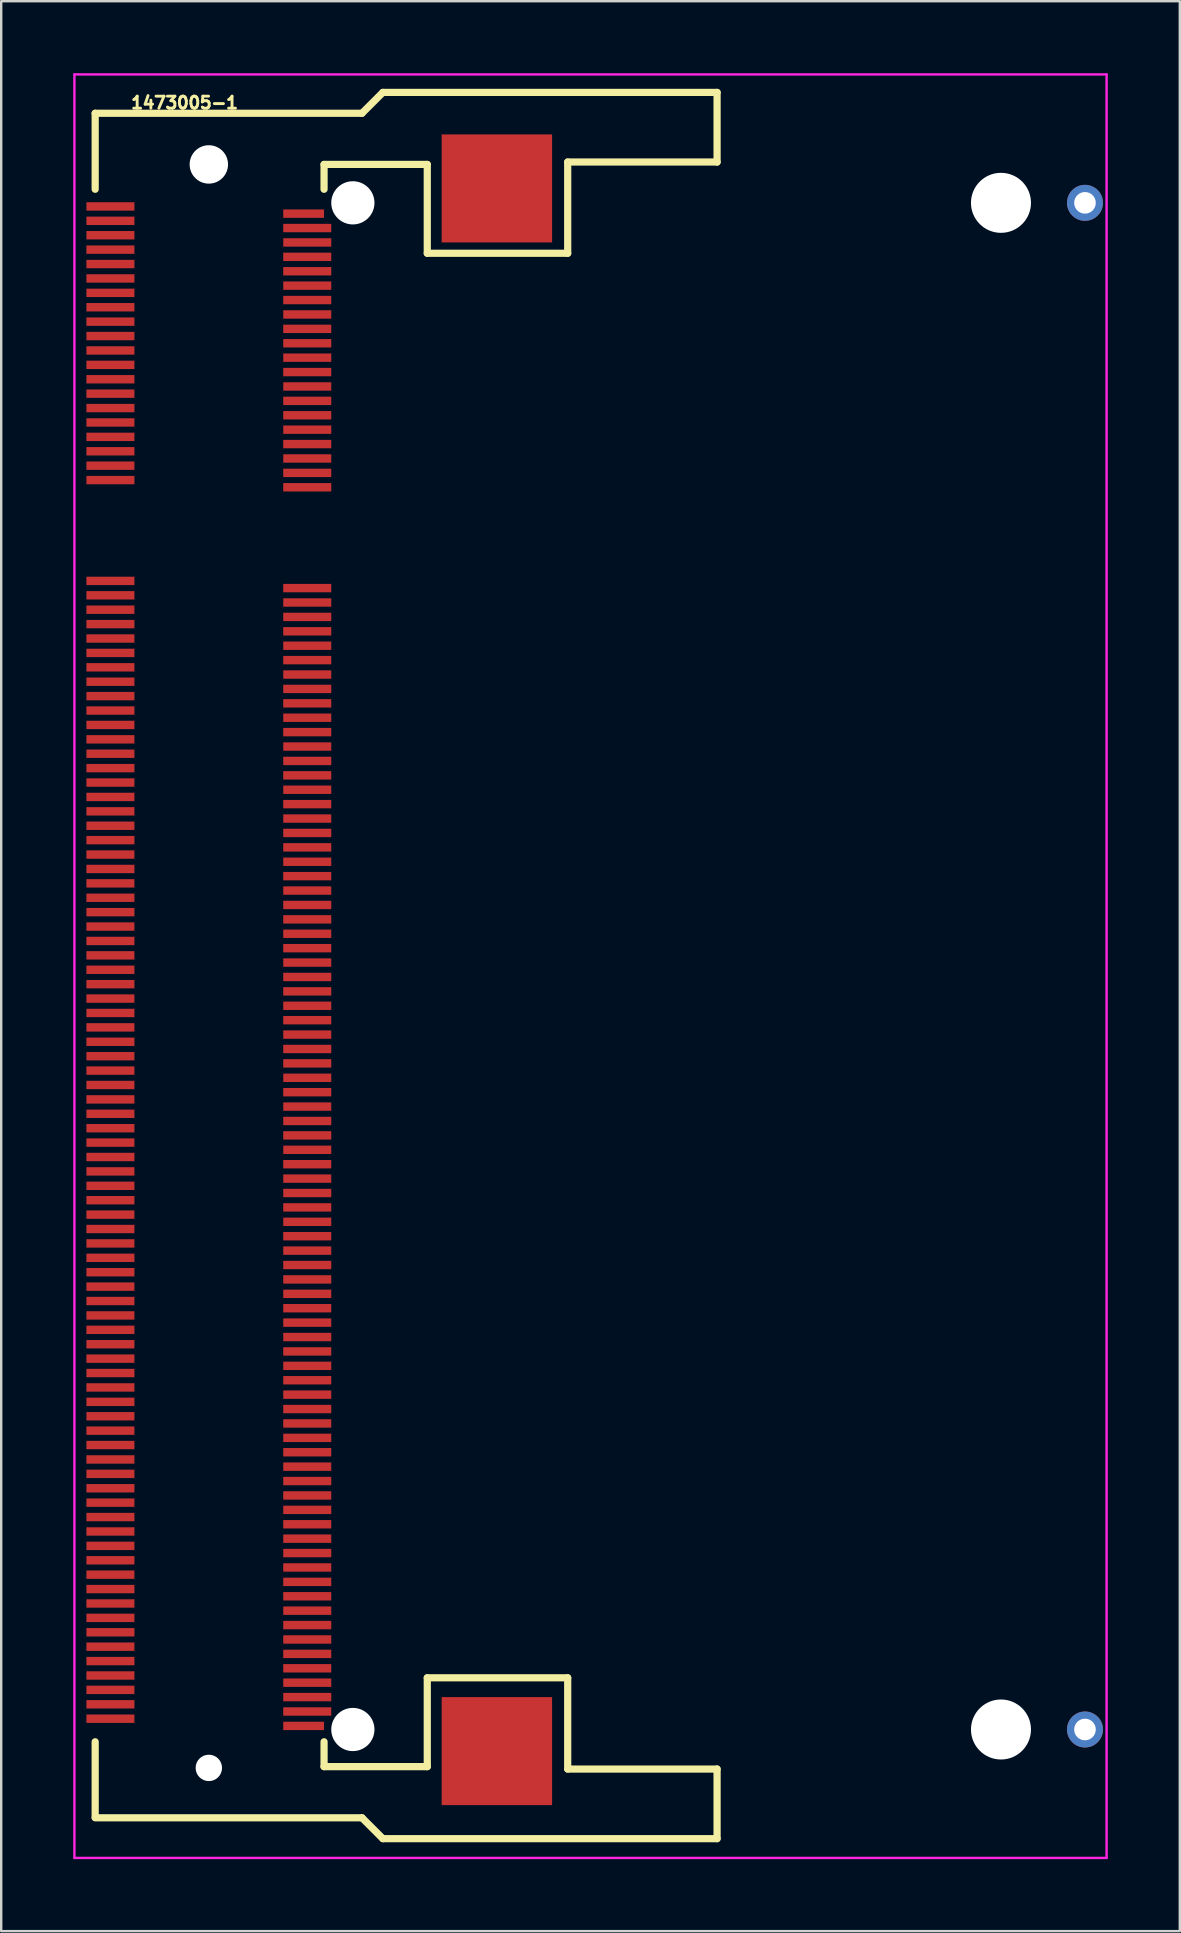
<source format=kicad_pcb>
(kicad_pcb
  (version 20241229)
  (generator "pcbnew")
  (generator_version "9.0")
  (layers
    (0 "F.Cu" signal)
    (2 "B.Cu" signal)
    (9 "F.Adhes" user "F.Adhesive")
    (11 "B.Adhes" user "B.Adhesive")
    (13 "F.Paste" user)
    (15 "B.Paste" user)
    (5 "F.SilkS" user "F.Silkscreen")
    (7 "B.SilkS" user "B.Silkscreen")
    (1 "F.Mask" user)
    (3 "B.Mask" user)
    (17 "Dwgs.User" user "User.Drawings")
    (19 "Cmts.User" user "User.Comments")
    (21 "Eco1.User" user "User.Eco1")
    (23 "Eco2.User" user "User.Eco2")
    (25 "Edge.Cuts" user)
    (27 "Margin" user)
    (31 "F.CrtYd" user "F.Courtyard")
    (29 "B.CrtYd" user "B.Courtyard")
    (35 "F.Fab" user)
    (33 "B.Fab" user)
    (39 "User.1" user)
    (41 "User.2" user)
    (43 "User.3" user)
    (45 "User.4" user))
  (footprint "1473005-1"
    (layer "F.Cu")
    (at 1.55 5.55)
    (property "Reference" "1473005-1" (at 3.09 -4.319 0) (layer "F.SilkS") (effects (font (size 0.5 0.5) (thickness 0.12))))
    (attr through_hole)
    (fp_line (start -0.635 -0.715) (end -0.635 -3.881) (stroke (width 0.3) (type solid)) (layer "F.SilkS"))
    (fp_line (start -0.635 63.962) (end -0.635 67.1) (stroke (width 0.3) (type solid)) (layer "F.SilkS"))
    (fp_line (start 8.9 -0.715) (end 8.9 -1.75) (stroke (width 0.3) (type solid)) (layer "F.SilkS"))
    (fp_line (start 8.9 63.962) (end 8.9 64.997) (stroke (width 0.3) (type solid)) (layer "F.SilkS"))
    (fp_line (start 10.48 -3.881) (end -0.635 -3.881) (stroke (width 0.3) (type solid)) (layer "F.SilkS"))
    (fp_line (start 10.48 -3.881) (end 11.349 -4.75) (stroke (width 0.3) (type solid)) (layer "F.SilkS"))
    (fp_line (start 10.48 67.128) (end -0.635 67.128) (stroke (width 0.3) (type solid)) (layer "F.SilkS"))
    (fp_line (start 10.48 67.128) (end 11.349 67.997) (stroke (width 0.3) (type solid)) (layer "F.SilkS"))
    (fp_line (start 11.35 -4.75) (end 25.273 -4.75) (stroke (width 0.3) (type solid)) (layer "F.SilkS"))
    (fp_line (start 11.35 67.997) (end 25.273 67.997) (stroke (width 0.3) (type solid)) (layer "F.SilkS"))
    (fp_line (start 13.2 -1.75) (end 8.9 -1.75) (stroke (width 0.3) (type solid)) (layer "F.SilkS"))
    (fp_line (start 13.2 -1.75) (end 13.2 1.951) (stroke (width 0.3) (type solid)) (layer "F.SilkS"))
    (fp_line (start 13.2 1.951) (end 19.05 1.951) (stroke (width 0.3) (type solid)) (layer "F.SilkS"))
    (fp_line (start 13.2 61.296) (end 19.05 61.296) (stroke (width 0.3) (type solid)) (layer "F.SilkS"))
    (fp_line (start 13.2 64.997) (end 8.9 64.997) (stroke (width 0.3) (type solid)) (layer "F.SilkS"))
    (fp_line (start 13.2 64.997) (end 13.2 61.296) (stroke (width 0.3) (type solid)) (layer "F.SilkS"))
    (fp_line (start 19.05 -1.85) (end 19.05 1.951) (stroke (width 0.3) (type solid)) (layer "F.SilkS"))
    (fp_line (start 19.05 -1.85) (end 25.273 -1.85) (stroke (width 0.3) (type solid)) (layer "F.SilkS"))
    (fp_line (start 19.05 65.097) (end 19.05 61.296) (stroke (width 0.3) (type solid)) (layer "F.SilkS"))
    (fp_line (start 19.05 65.097) (end 25.273 65.097) (stroke (width 0.3) (type solid)) (layer "F.SilkS"))
    (fp_line (start 25.273 -4.75) (end 25.273 -1.85) (stroke (width 0.3) (type solid)) (layer "F.SilkS"))
    (fp_line (start 25.273 67.997) (end 25.273 65.097) (stroke (width 0.3) (type solid)) (layer "F.SilkS"))
    (fp_line (start -1.5 -5.5) (end 41.5 -5.5) (stroke (width 0.1) (type solid)) (layer "F.CrtYd"))
    (fp_line (start -1.5 68.8) (end -1.5 -5.5) (stroke (width 0.1) (type solid)) (layer "F.CrtYd"))
    (fp_line (start -1.5 68.8) (end 41.5 68.8) (stroke (width 0.1) (type solid)) (layer "F.CrtYd"))
    (fp_line (start 41.5 68.8) (end 41.5 -5.5) (stroke (width 0.1) (type solid)) (layer "F.CrtYd"))
    (pad "" np_thru_hole circle (at 4.1 -1.75) (size 1.6 1.6) (drill 1.6) (layers "*.Cu" "*.Mask"))
    (pad "" np_thru_hole circle (at 4.1 65.05) (size 1.1 1.1) (drill 1.1) (layers "*.Cu" "*.Mask"))
    (pad "" np_thru_hole circle (at 10.1 -0.15) (size 1.8 1.8) (drill 1.8) (layers "*.Cu" "*.Mask"))
    (pad "" np_thru_hole circle (at 10.1 63.45) (size 1.8 1.8) (drill 1.8) (layers "*.Cu" "*.Mask"))
    (pad "" smd rect (at 16.1 -0.75) (size 4.6 4.5) (layers "F.Cu" "F.Mask" "F.Paste"))
    (pad "" smd rect (at 16.1 64.35) (size 4.6 4.5) (layers "F.Cu" "F.Mask" "F.Paste"))
    (pad "" np_thru_hole circle (at 37.1 -0.15) (size 2.5 2.5) (drill 2.5) (layers "*.Cu" "*.Mask"))
    (pad "" np_thru_hole circle (at 37.1 63.45) (size 2.5 2.5) (drill 2.5) (layers "*.Cu" "*.Mask"))
    (pad "" thru_hole circle (at 40.6 -0.15) (size 1.5 1.5) (drill 0.9) (layers "*.Cu" "*.Mask"))
    (pad "" thru_hole circle (at 40.6 63.45) (size 1.5 1.5) (drill 0.9) (layers "*.Cu" "*.Mask"))
    (pad "1" smd rect (at 0 0) (size 2 0.35) (layers "F.Cu" "F.Mask" "F.Paste"))
    (pad "2" smd rect (at 8.05 0.3) (size 1.7 0.35) (layers "F.Cu" "F.Mask" "F.Paste"))
    (pad "3" smd rect (at 0 0.6) (size 2 0.35) (layers "F.Cu" "F.Mask" "F.Paste"))
    (pad "4" smd rect (at 8.2 0.9) (size 2 0.35) (layers "F.Cu" "F.Mask" "F.Paste"))
    (pad "5" smd rect (at 0 1.2) (size 2 0.35) (layers "F.Cu" "F.Mask" "F.Paste"))
    (pad "6" smd rect (at 8.2 1.5) (size 2 0.35) (layers "F.Cu" "F.Mask" "F.Paste"))
    (pad "7" smd rect (at 0 1.8) (size 2 0.35) (layers "F.Cu" "F.Mask" "F.Paste"))
    (pad "8" smd rect (at 8.2 2.1) (size 2 0.35) (layers "F.Cu" "F.Mask" "F.Paste"))
    (pad "9" smd rect (at 0 2.4) (size 2 0.35) (layers "F.Cu" "F.Mask" "F.Paste"))
    (pad "10" smd rect (at 8.2 2.7) (size 2 0.35) (layers "F.Cu" "F.Mask" "F.Paste"))
    (pad "11" smd rect (at 0 3) (size 2 0.35) (layers "F.Cu" "F.Mask" "F.Paste"))
    (pad "12" smd rect (at 8.2 3.3) (size 2 0.35) (layers "F.Cu" "F.Mask" "F.Paste"))
    (pad "13" smd rect (at 0 3.6) (size 2 0.35) (layers "F.Cu" "F.Mask" "F.Paste"))
    (pad "14" smd rect (at 8.2 3.9) (size 2 0.35) (layers "F.Cu" "F.Mask" "F.Paste"))
    (pad "15" smd rect (at 0 4.2) (size 2 0.35) (layers "F.Cu" "F.Mask" "F.Paste"))
    (pad "16" smd rect (at 8.2 4.5) (size 2 0.35) (layers "F.Cu" "F.Mask" "F.Paste"))
    (pad "17" smd rect (at 0 4.8) (size 2 0.35) (layers "F.Cu" "F.Mask" "F.Paste"))
    (pad "18" smd rect (at 8.2 5.1) (size 2 0.35) (layers "F.Cu" "F.Mask" "F.Paste"))
    (pad "19" smd rect (at 0 5.4) (size 2 0.35) (layers "F.Cu" "F.Mask" "F.Paste"))
    (pad "20" smd rect (at 8.2 5.7) (size 2 0.35) (layers "F.Cu" "F.Mask" "F.Paste"))
    (pad "21" smd rect (at 0 6) (size 2 0.35) (layers "F.Cu" "F.Mask" "F.Paste"))
    (pad "22" smd rect (at 8.2 6.3) (size 2 0.35) (layers "F.Cu" "F.Mask" "F.Paste"))
    (pad "23" smd rect (at 0 6.6) (size 2 0.35) (layers "F.Cu" "F.Mask" "F.Paste"))
    (pad "24" smd rect (at 8.2 6.9) (size 2 0.35) (layers "F.Cu" "F.Mask" "F.Paste"))
    (pad "25" smd rect (at 0 7.2) (size 2 0.35) (layers "F.Cu" "F.Mask" "F.Paste"))
    (pad "26" smd rect (at 8.2 7.5) (size 2 0.35) (layers "F.Cu" "F.Mask" "F.Paste"))
    (pad "27" smd rect (at 0 7.8) (size 2 0.35) (layers "F.Cu" "F.Mask" "F.Paste"))
    (pad "28" smd rect (at 8.2 8.1) (size 2 0.35) (layers "F.Cu" "F.Mask" "F.Paste"))
    (pad "29" smd rect (at 0 8.4) (size 2 0.35) (layers "F.Cu" "F.Mask" "F.Paste"))
    (pad "30" smd rect (at 8.2 8.7) (size 2 0.35) (layers "F.Cu" "F.Mask" "F.Paste"))
    (pad "31" smd rect (at 0 9) (size 2 0.35) (layers "F.Cu" "F.Mask" "F.Paste"))
    (pad "32" smd rect (at 8.2 9.3) (size 2 0.35) (layers "F.Cu" "F.Mask" "F.Paste"))
    (pad "33" smd rect (at 0 9.6) (size 2 0.35) (layers "F.Cu" "F.Mask" "F.Paste"))
    (pad "34" smd rect (at 8.2 9.9) (size 2 0.35) (layers "F.Cu" "F.Mask" "F.Paste"))
    (pad "35" smd rect (at 0 10.2) (size 2 0.35) (layers "F.Cu" "F.Mask" "F.Paste"))
    (pad "36" smd rect (at 8.2 10.5) (size 2 0.35) (layers "F.Cu" "F.Mask" "F.Paste"))
    (pad "37" smd rect (at 0 10.8) (size 2 0.35) (layers "F.Cu" "F.Mask" "F.Paste"))
    (pad "38" smd rect (at 8.2 11.1) (size 2 0.35) (layers "F.Cu" "F.Mask" "F.Paste"))
    (pad "39" smd rect (at 0 11.4) (size 2 0.35) (layers "F.Cu" "F.Mask" "F.Paste"))
    (pad "40" smd rect (at 8.2 11.7) (size 2 0.35) (layers "F.Cu" "F.Mask" "F.Paste"))
    (pad "41" smd rect (at 0 15.6) (size 2 0.35) (layers "F.Cu" "F.Mask" "F.Paste"))
    (pad "42" smd rect (at 8.2 15.9) (size 2 0.35) (layers "F.Cu" "F.Mask" "F.Paste"))
    (pad "43" smd rect (at 0 16.2) (size 2 0.35) (layers "F.Cu" "F.Mask" "F.Paste"))
    (pad "44" smd rect (at 8.2 16.5) (size 2 0.35) (layers "F.Cu" "F.Mask" "F.Paste"))
    (pad "45" smd rect (at 0 16.8) (size 2 0.35) (layers "F.Cu" "F.Mask" "F.Paste"))
    (pad "46" smd rect (at 8.2 17.1) (size 2 0.35) (layers "F.Cu" "F.Mask" "F.Paste"))
    (pad "47" smd rect (at 0 17.4) (size 2 0.35) (layers "F.Cu" "F.Mask" "F.Paste"))
    (pad "48" smd rect (at 8.2 17.7) (size 2 0.35) (layers "F.Cu" "F.Mask" "F.Paste"))
    (pad "49" smd rect (at 0 18) (size 2 0.35) (layers "F.Cu" "F.Mask" "F.Paste"))
    (pad "50" smd rect (at 8.2 18.3) (size 2 0.35) (layers "F.Cu" "F.Mask" "F.Paste"))
    (pad "51" smd rect (at 0 18.6) (size 2 0.35) (layers "F.Cu" "F.Mask" "F.Paste"))
    (pad "52" smd rect (at 8.2 18.9) (size 2 0.35) (layers "F.Cu" "F.Mask" "F.Paste"))
    (pad "53" smd rect (at 0 19.2) (size 2 0.35) (layers "F.Cu" "F.Mask" "F.Paste"))
    (pad "54" smd rect (at 8.2 19.5) (size 2 0.35) (layers "F.Cu" "F.Mask" "F.Paste"))
    (pad "55" smd rect (at 0 19.8) (size 2 0.35) (layers "F.Cu" "F.Mask" "F.Paste"))
    (pad "56" smd rect (at 8.2 20.1) (size 2 0.35) (layers "F.Cu" "F.Mask" "F.Paste"))
    (pad "57" smd rect (at 0 20.4) (size 2 0.35) (layers "F.Cu" "F.Mask" "F.Paste"))
    (pad "58" smd rect (at 8.2 20.7) (size 2 0.35) (layers "F.Cu" "F.Mask" "F.Paste"))
    (pad "59" smd rect (at 0 21) (size 2 0.35) (layers "F.Cu" "F.Mask" "F.Paste"))
    (pad "60" smd rect (at 8.2 21.3) (size 2 0.35) (layers "F.Cu" "F.Mask" "F.Paste"))
    (pad "61" smd rect (at 0 21.6) (size 2 0.35) (layers "F.Cu" "F.Mask" "F.Paste"))
    (pad "62" smd rect (at 8.2 21.9) (size 2 0.35) (layers "F.Cu" "F.Mask" "F.Paste"))
    (pad "63" smd rect (at 0 22.2) (size 2 0.35) (layers "F.Cu" "F.Mask" "F.Paste"))
    (pad "64" smd rect (at 8.2 22.5) (size 2 0.35) (layers "F.Cu" "F.Mask" "F.Paste"))
    (pad "65" smd rect (at 0 22.8) (size 2 0.35) (layers "F.Cu" "F.Mask" "F.Paste"))
    (pad "66" smd rect (at 8.2 23.1) (size 2 0.35) (layers "F.Cu" "F.Mask" "F.Paste"))
    (pad "67" smd rect (at 0 23.4) (size 2 0.35) (layers "F.Cu" "F.Mask" "F.Paste"))
    (pad "68" smd rect (at 8.2 23.7) (size 2 0.35) (layers "F.Cu" "F.Mask" "F.Paste"))
    (pad "69" smd rect (at 0 24) (size 2 0.35) (layers "F.Cu" "F.Mask" "F.Paste"))
    (pad "70" smd rect (at 8.2 24.3) (size 2 0.35) (layers "F.Cu" "F.Mask" "F.Paste"))
    (pad "71" smd rect (at 0 24.6) (size 2 0.35) (layers "F.Cu" "F.Mask" "F.Paste"))
    (pad "72" smd rect (at 8.2 24.9) (size 2 0.35) (layers "F.Cu" "F.Mask" "F.Paste"))
    (pad "73" smd rect (at 0 25.2) (size 2 0.35) (layers "F.Cu" "F.Mask" "F.Paste"))
    (pad "74" smd rect (at 8.2 25.5) (size 2 0.35) (layers "F.Cu" "F.Mask" "F.Paste"))
    (pad "75" smd rect (at 0 25.8) (size 2 0.35) (layers "F.Cu" "F.Mask" "F.Paste"))
    (pad "76" smd rect (at 8.2 26.1) (size 2 0.35) (layers "F.Cu" "F.Mask" "F.Paste"))
    (pad "77" smd rect (at 0 26.4) (size 2 0.35) (layers "F.Cu" "F.Mask" "F.Paste"))
    (pad "78" smd rect (at 8.2 26.7) (size 2 0.35) (layers "F.Cu" "F.Mask" "F.Paste"))
    (pad "79" smd rect (at 0 27) (size 2 0.35) (layers "F.Cu" "F.Mask" "F.Paste"))
    (pad "80" smd rect (at 8.2 27.3) (size 2 0.35) (layers "F.Cu" "F.Mask" "F.Paste"))
    (pad "81" smd rect (at 0 27.6) (size 2 0.35) (layers "F.Cu" "F.Mask" "F.Paste"))
    (pad "82" smd rect (at 8.2 27.9) (size 2 0.35) (layers "F.Cu" "F.Mask" "F.Paste"))
    (pad "83" smd rect (at 0 28.2) (size 2 0.35) (layers "F.Cu" "F.Mask" "F.Paste"))
    (pad "84" smd rect (at 8.2 28.5) (size 2 0.35) (layers "F.Cu" "F.Mask" "F.Paste"))
    (pad "85" smd rect (at 0 28.8) (size 2 0.35) (layers "F.Cu" "F.Mask" "F.Paste"))
    (pad "86" smd rect (at 8.2 29.1) (size 2 0.35) (layers "F.Cu" "F.Mask" "F.Paste"))
    (pad "87" smd rect (at 0 29.4) (size 2 0.35) (layers "F.Cu" "F.Mask" "F.Paste"))
    (pad "88" smd rect (at 8.2 29.7) (size 2 0.35) (layers "F.Cu" "F.Mask" "F.Paste"))
    (pad "89" smd rect (at 0 30) (size 2 0.35) (layers "F.Cu" "F.Mask" "F.Paste"))
    (pad "90" smd rect (at 8.2 30.3) (size 2 0.35) (layers "F.Cu" "F.Mask" "F.Paste"))
    (pad "91" smd rect (at 0 30.6) (size 2 0.35) (layers "F.Cu" "F.Mask" "F.Paste"))
    (pad "92" smd rect (at 8.2 30.9) (size 2 0.35) (layers "F.Cu" "F.Mask" "F.Paste"))
    (pad "93" smd rect (at 0 31.2) (size 2 0.35) (layers "F.Cu" "F.Mask" "F.Paste"))
    (pad "94" smd rect (at 8.2 31.5) (size 2 0.35) (layers "F.Cu" "F.Mask" "F.Paste"))
    (pad "95" smd rect (at 0 31.8) (size 2 0.35) (layers "F.Cu" "F.Mask" "F.Paste"))
    (pad "96" smd rect (at 8.2 32.1) (size 2 0.35) (layers "F.Cu" "F.Mask" "F.Paste"))
    (pad "97" smd rect (at 0 32.4) (size 2 0.35) (layers "F.Cu" "F.Mask" "F.Paste"))
    (pad "98" smd rect (at 8.2 32.7) (size 2 0.35) (layers "F.Cu" "F.Mask" "F.Paste"))
    (pad "99" smd rect (at 0 33) (size 2 0.35) (layers "F.Cu" "F.Mask" "F.Paste"))
    (pad "100" smd rect (at 8.2 33.3) (size 2 0.35) (layers "F.Cu" "F.Mask" "F.Paste"))
    (pad "101" smd rect (at 0 33.6) (size 2 0.35) (layers "F.Cu" "F.Mask" "F.Paste"))
    (pad "102" smd rect (at 8.2 33.9) (size 2 0.35) (layers "F.Cu" "F.Mask" "F.Paste"))
    (pad "103" smd rect (at 0 34.2) (size 2 0.35) (layers "F.Cu" "F.Mask" "F.Paste"))
    (pad "104" smd rect (at 8.2 34.5) (size 2 0.35) (layers "F.Cu" "F.Mask" "F.Paste"))
    (pad "105" smd rect (at 0 34.8) (size 2 0.35) (layers "F.Cu" "F.Mask" "F.Paste"))
    (pad "106" smd rect (at 8.2 35.1) (size 2 0.35) (layers "F.Cu" "F.Mask" "F.Paste"))
    (pad "107" smd rect (at 0 35.4) (size 2 0.35) (layers "F.Cu" "F.Mask" "F.Paste"))
    (pad "108" smd rect (at 8.2 35.7) (size 2 0.35) (layers "F.Cu" "F.Mask" "F.Paste"))
    (pad "109" smd rect (at 0 36) (size 2 0.35) (layers "F.Cu" "F.Mask" "F.Paste"))
    (pad "110" smd rect (at 8.2 36.3) (size 2 0.35) (layers "F.Cu" "F.Mask" "F.Paste"))
    (pad "111" smd rect (at 0 36.6) (size 2 0.35) (layers "F.Cu" "F.Mask" "F.Paste"))
    (pad "112" smd rect (at 8.2 36.9) (size 2 0.35) (layers "F.Cu" "F.Mask" "F.Paste"))
    (pad "113" smd rect (at 0 37.2) (size 2 0.35) (layers "F.Cu" "F.Mask" "F.Paste"))
    (pad "114" smd rect (at 8.2 37.5) (size 2 0.35) (layers "F.Cu" "F.Mask" "F.Paste"))
    (pad "115" smd rect (at 0 37.8) (size 2 0.35) (layers "F.Cu" "F.Mask" "F.Paste"))
    (pad "116" smd rect (at 8.2 38.1) (size 2 0.35) (layers "F.Cu" "F.Mask" "F.Paste"))
    (pad "117" smd rect (at 0 38.4) (size 2 0.35) (layers "F.Cu" "F.Mask" "F.Paste"))
    (pad "118" smd rect (at 8.2 38.7) (size 2 0.35) (layers "F.Cu" "F.Mask" "F.Paste"))
    (pad "119" smd rect (at 0 39) (size 2 0.35) (layers "F.Cu" "F.Mask" "F.Paste"))
    (pad "120" smd rect (at 8.2 39.3) (size 2 0.35) (layers "F.Cu" "F.Mask" "F.Paste"))
    (pad "121" smd rect (at 0 39.6) (size 2 0.35) (layers "F.Cu" "F.Mask" "F.Paste"))
    (pad "122" smd rect (at 8.2 39.9) (size 2 0.35) (layers "F.Cu" "F.Mask" "F.Paste"))
    (pad "123" smd rect (at 0 40.2) (size 2 0.35) (layers "F.Cu" "F.Mask" "F.Paste"))
    (pad "124" smd rect (at 8.2 40.5) (size 2 0.35) (layers "F.Cu" "F.Mask" "F.Paste"))
    (pad "125" smd rect (at 0 40.8) (size 2 0.35) (layers "F.Cu" "F.Mask" "F.Paste"))
    (pad "126" smd rect (at 8.2 41.1) (size 2 0.35) (layers "F.Cu" "F.Mask" "F.Paste"))
    (pad "127" smd rect (at 0 41.4) (size 2 0.35) (layers "F.Cu" "F.Mask" "F.Paste"))
    (pad "128" smd rect (at 8.2 41.7) (size 2 0.35) (layers "F.Cu" "F.Mask" "F.Paste"))
    (pad "129" smd rect (at 0 42) (size 2 0.35) (layers "F.Cu" "F.Mask" "F.Paste"))
    (pad "130" smd rect (at 8.2 42.3) (size 2 0.35) (layers "F.Cu" "F.Mask" "F.Paste"))
    (pad "131" smd rect (at 0 42.6) (size 2 0.35) (layers "F.Cu" "F.Mask" "F.Paste"))
    (pad "132" smd rect (at 8.2 42.9) (size 2 0.35) (layers "F.Cu" "F.Mask" "F.Paste"))
    (pad "133" smd rect (at 0 43.2) (size 2 0.35) (layers "F.Cu" "F.Mask" "F.Paste"))
    (pad "134" smd rect (at 8.2 43.5) (size 2 0.35) (layers "F.Cu" "F.Mask" "F.Paste"))
    (pad "135" smd rect (at 0 43.8) (size 2 0.35) (layers "F.Cu" "F.Mask" "F.Paste"))
    (pad "136" smd rect (at 8.2 44.1) (size 2 0.35) (layers "F.Cu" "F.Mask" "F.Paste"))
    (pad "137" smd rect (at 0 44.4) (size 2 0.35) (layers "F.Cu" "F.Mask" "F.Paste"))
    (pad "138" smd rect (at 8.2 44.7) (size 2 0.35) (layers "F.Cu" "F.Mask" "F.Paste"))
    (pad "139" smd rect (at 0 45) (size 2 0.35) (layers "F.Cu" "F.Mask" "F.Paste"))
    (pad "140" smd rect (at 8.2 45.3) (size 2 0.35) (layers "F.Cu" "F.Mask" "F.Paste"))
    (pad "141" smd rect (at 0 45.6) (size 2 0.35) (layers "F.Cu" "F.Mask" "F.Paste"))
    (pad "142" smd rect (at 8.2 45.9) (size 2 0.35) (layers "F.Cu" "F.Mask" "F.Paste"))
    (pad "143" smd rect (at 0 46.2) (size 2 0.35) (layers "F.Cu" "F.Mask" "F.Paste"))
    (pad "144" smd rect (at 8.2 46.5) (size 2 0.35) (layers "F.Cu" "F.Mask" "F.Paste"))
    (pad "145" smd rect (at 0 46.8) (size 2 0.35) (layers "F.Cu" "F.Mask" "F.Paste"))
    (pad "146" smd rect (at 8.2 47.1) (size 2 0.35) (layers "F.Cu" "F.Mask" "F.Paste"))
    (pad "147" smd rect (at 0 47.4) (size 2 0.35) (layers "F.Cu" "F.Mask" "F.Paste"))
    (pad "148" smd rect (at 8.2 47.7) (size 2 0.35) (layers "F.Cu" "F.Mask" "F.Paste"))
    (pad "149" smd rect (at 0 48) (size 2 0.35) (layers "F.Cu" "F.Mask" "F.Paste"))
    (pad "150" smd rect (at 8.2 48.3) (size 2 0.35) (layers "F.Cu" "F.Mask" "F.Paste"))
    (pad "151" smd rect (at 0 48.6) (size 2 0.35) (layers "F.Cu" "F.Mask" "F.Paste"))
    (pad "152" smd rect (at 8.2 48.9) (size 2 0.35) (layers "F.Cu" "F.Mask" "F.Paste"))
    (pad "153" smd rect (at 0 49.2) (size 2 0.35) (layers "F.Cu" "F.Mask" "F.Paste"))
    (pad "154" smd rect (at 8.2 49.5) (size 2 0.35) (layers "F.Cu" "F.Mask" "F.Paste"))
    (pad "155" smd rect (at 0 49.8) (size 2 0.35) (layers "F.Cu" "F.Mask" "F.Paste"))
    (pad "156" smd rect (at 8.2 50.1) (size 2 0.35) (layers "F.Cu" "F.Mask" "F.Paste"))
    (pad "157" smd rect (at 0 50.4) (size 2 0.35) (layers "F.Cu" "F.Mask" "F.Paste"))
    (pad "158" smd rect (at 8.2 50.7) (size 2 0.35) (layers "F.Cu" "F.Mask" "F.Paste"))
    (pad "159" smd rect (at 0 51) (size 2 0.35) (layers "F.Cu" "F.Mask" "F.Paste"))
    (pad "160" smd rect (at 8.2 51.3) (size 2 0.35) (layers "F.Cu" "F.Mask" "F.Paste"))
    (pad "161" smd rect (at 0 51.6) (size 2 0.35) (layers "F.Cu" "F.Mask" "F.Paste"))
    (pad "162" smd rect (at 8.2 51.9) (size 2 0.35) (layers "F.Cu" "F.Mask" "F.Paste"))
    (pad "163" smd rect (at 0 52.2) (size 2 0.35) (layers "F.Cu" "F.Mask" "F.Paste"))
    (pad "164" smd rect (at 8.2 52.5) (size 2 0.35) (layers "F.Cu" "F.Mask" "F.Paste"))
    (pad "165" smd rect (at 0 52.8) (size 2 0.35) (layers "F.Cu" "F.Mask" "F.Paste"))
    (pad "166" smd rect (at 8.2 53.1) (size 2 0.35) (layers "F.Cu" "F.Mask" "F.Paste"))
    (pad "167" smd rect (at 0 53.4) (size 2 0.35) (layers "F.Cu" "F.Mask" "F.Paste"))
    (pad "168" smd rect (at 8.2 53.7) (size 2 0.35) (layers "F.Cu" "F.Mask" "F.Paste"))
    (pad "169" smd rect (at 0 54) (size 2 0.35) (layers "F.Cu" "F.Mask" "F.Paste"))
    (pad "170" smd rect (at 8.2 54.3) (size 2 0.35) (layers "F.Cu" "F.Mask" "F.Paste"))
    (pad "171" smd rect (at 0 54.6) (size 2 0.35) (layers "F.Cu" "F.Mask" "F.Paste"))
    (pad "172" smd rect (at 8.2 54.9) (size 2 0.35) (layers "F.Cu" "F.Mask" "F.Paste"))
    (pad "173" smd rect (at 0 55.2) (size 2 0.35) (layers "F.Cu" "F.Mask" "F.Paste"))
    (pad "174" smd rect (at 8.2 55.5) (size 2 0.35) (layers "F.Cu" "F.Mask" "F.Paste"))
    (pad "175" smd rect (at 0 55.8) (size 2 0.35) (layers "F.Cu" "F.Mask" "F.Paste"))
    (pad "176" smd rect (at 8.2 56.1) (size 2 0.35) (layers "F.Cu" "F.Mask" "F.Paste"))
    (pad "177" smd rect (at 0 56.4) (size 2 0.35) (layers "F.Cu" "F.Mask" "F.Paste"))
    (pad "178" smd rect (at 8.2 56.7) (size 2 0.35) (layers "F.Cu" "F.Mask" "F.Paste"))
    (pad "179" smd rect (at 0 57) (size 2 0.35) (layers "F.Cu" "F.Mask" "F.Paste"))
    (pad "180" smd rect (at 8.2 57.3) (size 2 0.35) (layers "F.Cu" "F.Mask" "F.Paste"))
    (pad "181" smd rect (at 0 57.6) (size 2 0.35) (layers "F.Cu" "F.Mask" "F.Paste"))
    (pad "182" smd rect (at 8.2 57.9) (size 2 0.35) (layers "F.Cu" "F.Mask" "F.Paste"))
    (pad "183" smd rect (at 0 58.2) (size 2 0.35) (layers "F.Cu" "F.Mask" "F.Paste"))
    (pad "184" smd rect (at 8.2 58.5) (size 2 0.35) (layers "F.Cu" "F.Mask" "F.Paste"))
    (pad "185" smd rect (at 0 58.8) (size 2 0.35) (layers "F.Cu" "F.Mask" "F.Paste"))
    (pad "186" smd rect (at 8.2 59.1) (size 2 0.35) (layers "F.Cu" "F.Mask" "F.Paste"))
    (pad "187" smd rect (at 0 59.4) (size 2 0.35) (layers "F.Cu" "F.Mask" "F.Paste"))
    (pad "188" smd rect (at 8.2 59.7) (size 2 0.35) (layers "F.Cu" "F.Mask" "F.Paste"))
    (pad "189" smd rect (at 0 60) (size 2 0.35) (layers "F.Cu" "F.Mask" "F.Paste"))
    (pad "190" smd rect (at 8.2 60.3) (size 2 0.35) (layers "F.Cu" "F.Mask" "F.Paste"))
    (pad "191" smd rect (at 0 60.6) (size 2 0.35) (layers "F.Cu" "F.Mask" "F.Paste"))
    (pad "192" smd rect (at 8.2 60.9) (size 2 0.35) (layers "F.Cu" "F.Mask" "F.Paste"))
    (pad "193" smd rect (at 0 61.2) (size 2 0.35) (layers "F.Cu" "F.Mask" "F.Paste"))
    (pad "194" smd rect (at 0 61.8) (size 2 0.35) (layers "F.Cu" "F.Mask" "F.Paste"))
    (pad "195" smd rect (at 8.2 61.5) (size 2 0.35) (layers "F.Cu" "F.Mask" "F.Paste"))
    (pad "196" smd rect (at 8.2 62.1) (size 2 0.35) (layers "F.Cu" "F.Mask" "F.Paste"))
    (pad "197" smd rect (at 0 62.4) (size 2 0.35) (layers "F.Cu" "F.Mask" "F.Paste"))
    (pad "198" smd rect (at 8.2 62.7) (size 2 0.35) (layers "F.Cu" "F.Mask" "F.Paste"))
    (pad "199" smd rect (at 0 63) (size 2 0.35) (layers "F.Cu" "F.Mask" "F.Paste"))
    (pad "200" smd rect (at 8.05 63.3) (size 1.7 0.35) (layers "F.Cu" "F.Mask" "F.Paste")))
  (gr_rect
    (start -3 -3)
    (end 46.1 77.4)
    (stroke (width 0.1) (type default))
    (fill no)
    (layer "Edge.Cuts")))
</source>
